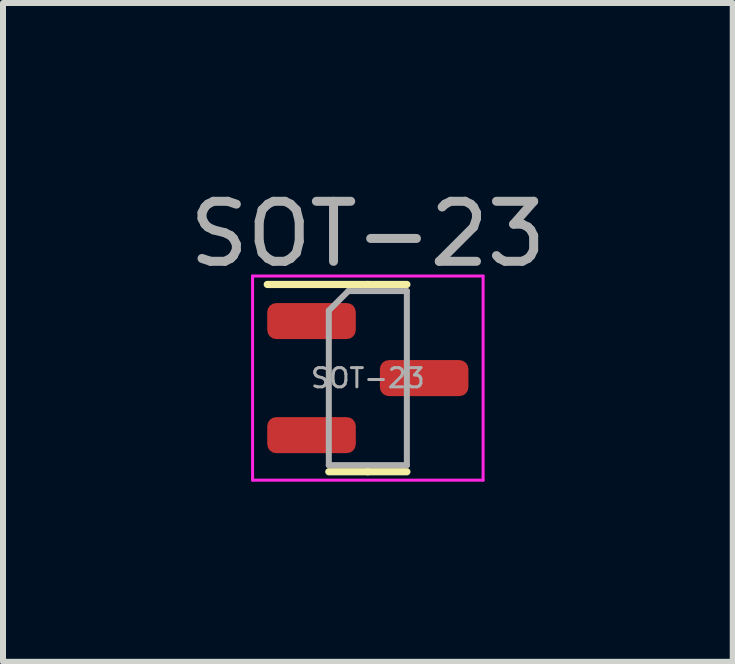
<source format=kicad_pcb>
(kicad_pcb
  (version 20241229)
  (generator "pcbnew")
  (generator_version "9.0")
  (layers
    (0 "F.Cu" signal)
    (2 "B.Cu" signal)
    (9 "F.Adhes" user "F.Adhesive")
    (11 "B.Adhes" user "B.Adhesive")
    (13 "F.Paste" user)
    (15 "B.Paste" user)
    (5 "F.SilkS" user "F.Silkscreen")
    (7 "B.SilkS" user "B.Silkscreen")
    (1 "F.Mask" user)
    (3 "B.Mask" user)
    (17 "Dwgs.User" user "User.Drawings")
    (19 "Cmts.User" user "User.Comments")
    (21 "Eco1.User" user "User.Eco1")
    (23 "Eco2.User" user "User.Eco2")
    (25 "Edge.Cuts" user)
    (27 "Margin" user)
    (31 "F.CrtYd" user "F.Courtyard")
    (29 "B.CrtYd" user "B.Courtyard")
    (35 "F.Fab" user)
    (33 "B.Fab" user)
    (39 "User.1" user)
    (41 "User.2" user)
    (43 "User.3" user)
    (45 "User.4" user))
  (footprint "SOT-23"
    (layer "F.Cu")
    (at 3.077 3.248)
    (property "Reference" "SOT-23" (at 0 -2.4 0) (layer "F.Fab") (effects (font (size 1 1) (thickness 0.15))))
    (attr smd)
    (fp_line (start 0 -1.56) (end -1.675 -1.56) (stroke (width 0.12) (type solid)) (layer "F.SilkS"))
    (fp_line (start 0 -1.56) (end 0.65 -1.56) (stroke (width 0.12) (type solid)) (layer "F.SilkS"))
    (fp_line (start 0 1.56) (end -0.65 1.56) (stroke (width 0.12) (type solid)) (layer "F.SilkS"))
    (fp_line (start 0 1.56) (end 0.65 1.56) (stroke (width 0.12) (type solid)) (layer "F.SilkS"))
    (fp_line (start -1.92 -1.7) (end -1.92 1.7) (stroke (width 0.05) (type solid)) (layer "F.CrtYd"))
    (fp_line (start -1.92 1.7) (end 1.92 1.7) (stroke (width 0.05) (type solid)) (layer "F.CrtYd"))
    (fp_line (start 1.92 -1.7) (end -1.92 -1.7) (stroke (width 0.05) (type solid)) (layer "F.CrtYd"))
    (fp_line (start 1.92 1.7) (end 1.92 -1.7) (stroke (width 0.05) (type solid)) (layer "F.CrtYd"))
    (fp_line (start -0.65 -1.125) (end -0.325 -1.45) (stroke (width 0.1) (type solid)) (layer "F.Fab"))
    (fp_line (start -0.65 1.45) (end -0.65 -1.125) (stroke (width 0.1) (type solid)) (layer "F.Fab"))
    (fp_line (start -0.325 -1.45) (end 0.65 -1.45) (stroke (width 0.1) (type solid)) (layer "F.Fab"))
    (fp_line (start 0.65 -1.45) (end 0.65 1.45) (stroke (width 0.1) (type solid)) (layer "F.Fab"))
    (fp_line (start 0.65 1.45) (end -0.65 1.45) (stroke (width 0.1) (type solid)) (layer "F.Fab"))
    (fp_text user "${REFERENCE}" (at 0 0 0) (layer "F.Fab") (effects (font (size 0.32 0.32) (thickness 0.05))))
    (pad "1" smd roundrect (at -0.938 -0.95) (size 1.475 0.6) (layers "F.Cu" "F.Mask" "F.Paste") (roundrect_rratio 0.25))
    (pad "2" smd roundrect (at -0.938 0.95) (size 1.475 0.6) (layers "F.Cu" "F.Mask" "F.Paste") (roundrect_rratio 0.25))
    (pad "3" smd roundrect (at 0.938 0) (size 1.475 0.6) (layers "F.Cu" "F.Mask" "F.Paste") (roundrect_rratio 0.25)))
  (gr_rect
    (start -3 -3)
    (end 9.155 7.973)
    (stroke (width 0.1) (type default))
    (fill no)
    (layer "Edge.Cuts")))
</source>
